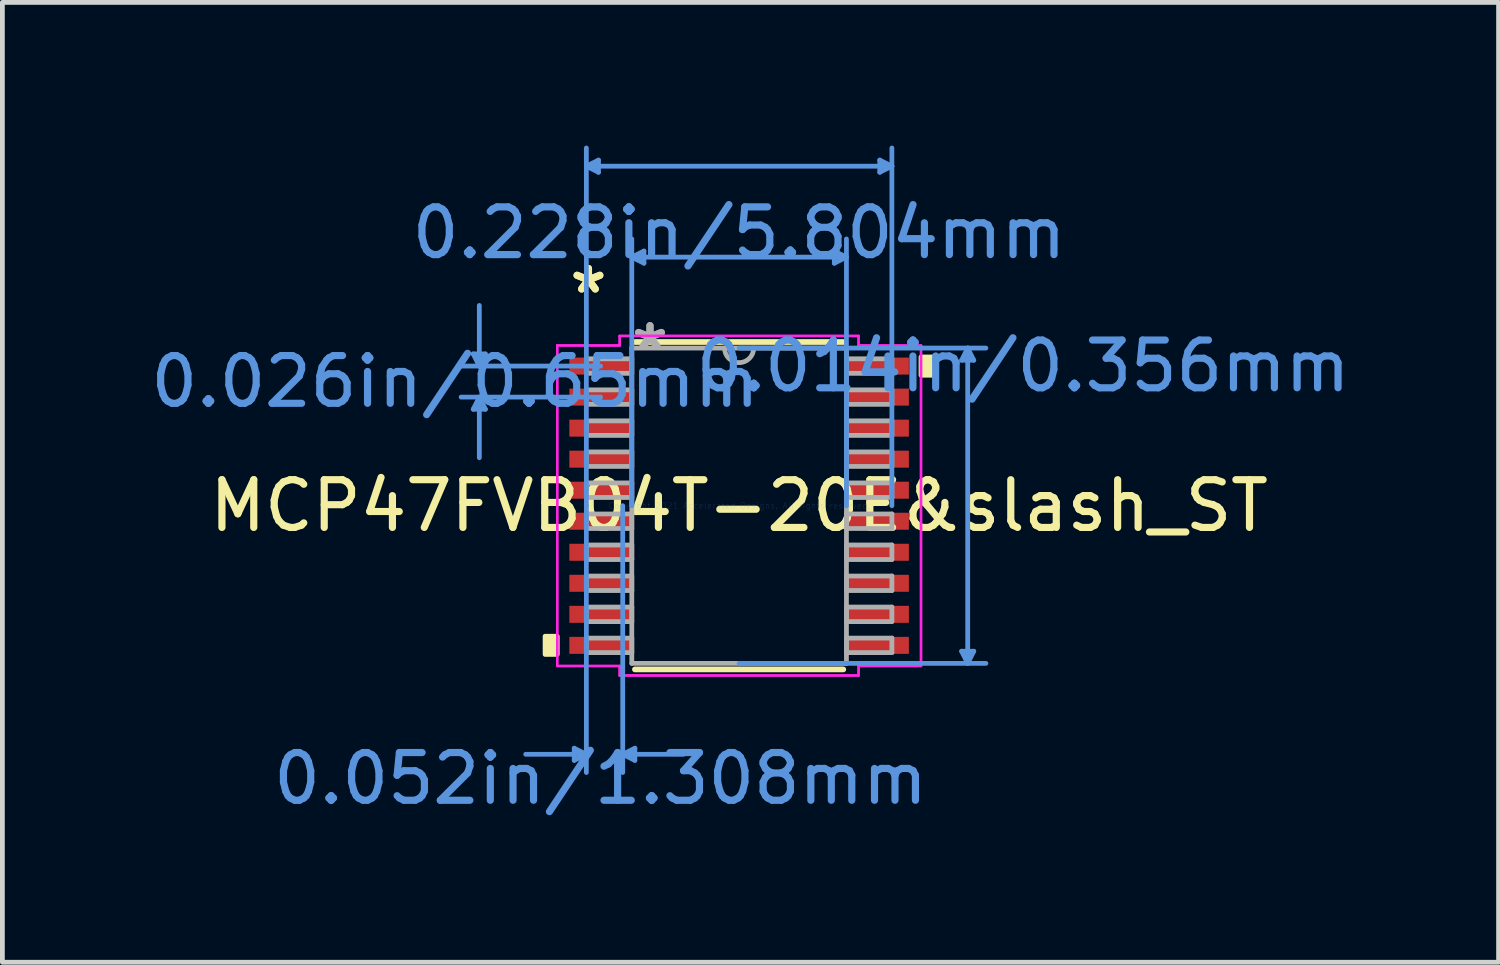
<source format=kicad_pcb>
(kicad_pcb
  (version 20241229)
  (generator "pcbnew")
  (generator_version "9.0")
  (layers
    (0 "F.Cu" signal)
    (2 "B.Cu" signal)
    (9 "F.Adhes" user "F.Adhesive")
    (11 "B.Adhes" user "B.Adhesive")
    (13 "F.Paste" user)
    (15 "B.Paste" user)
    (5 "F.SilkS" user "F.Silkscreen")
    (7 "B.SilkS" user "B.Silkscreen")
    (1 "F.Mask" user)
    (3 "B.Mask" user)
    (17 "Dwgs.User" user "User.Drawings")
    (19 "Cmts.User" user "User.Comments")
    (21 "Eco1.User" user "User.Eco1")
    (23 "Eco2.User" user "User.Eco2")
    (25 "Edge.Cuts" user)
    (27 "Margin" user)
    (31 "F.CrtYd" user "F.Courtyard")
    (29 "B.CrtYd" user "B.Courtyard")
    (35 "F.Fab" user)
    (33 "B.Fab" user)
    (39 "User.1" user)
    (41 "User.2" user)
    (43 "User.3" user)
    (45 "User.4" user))
  (footprint "MCP47FVB04T-20E&slash_ST"
    (layer "F.Cu")
    (at 12.432 7.543)
    (property "Reference" "MCP47FVB04T-20E&slash_ST" (at 0 0 0) (layer "F.SilkS") (effects (font (size 1 1) (thickness 0.15))))
    (attr through_hole)
    (fp_line (start -2.182 3.429) (end 2.182 3.429) (stroke (width 0.12) (type solid)) (layer "F.SilkS"))
    (fp_line (start 2.182 -3.429) (end -2.182 -3.429) (stroke (width 0.12) (type solid)) (layer "F.SilkS"))
    (fp_poly (pts (xy -4.064 2.734) (xy -4.064 3.115) (xy -3.81 3.115) (xy -3.81 2.734)) (stroke (width 0.1) (type solid)) (fill yes) (layer "F.SilkS"))
    (fp_poly (pts (xy 4.064 -3.115) (xy 4.064 -2.734) (xy 3.81 -2.734) (xy 3.81 -3.115)) (stroke (width 0.1) (type solid)) (fill yes) (layer "F.SilkS"))
    (fp_line (start -5.569 -3.179) (end -5.315 -3.179) (stroke (width 0.1) (type solid)) (layer "Cmts.User"))
    (fp_line (start -5.569 -2.021) (end -5.315 -2.021) (stroke (width 0.1) (type solid)) (layer "Cmts.User"))
    (fp_line (start -5.442 -2.925) (end -5.569 -3.179) (stroke (width 0.1) (type solid)) (layer "Cmts.User"))
    (fp_line (start -5.442 -2.925) (end -5.442 -4.195) (stroke (width 0.1) (type solid)) (layer "Cmts.User"))
    (fp_line (start -5.442 -2.925) (end -5.315 -3.179) (stroke (width 0.1) (type solid)) (layer "Cmts.User"))
    (fp_line (start -5.442 -2.275) (end -5.569 -2.021) (stroke (width 0.1) (type solid)) (layer "Cmts.User"))
    (fp_line (start -5.442 -2.275) (end -5.442 -1.005) (stroke (width 0.1) (type solid)) (layer "Cmts.User"))
    (fp_line (start -5.442 -2.275) (end -5.315 -2.021) (stroke (width 0.1) (type solid)) (layer "Cmts.User"))
    (fp_line (start -3.454 5.08) (end -3.454 5.334) (stroke (width 0.1) (type solid)) (layer "Cmts.User"))
    (fp_line (start -3.2 -7.112) (end -2.946 -7.239) (stroke (width 0.1) (type solid)) (layer "Cmts.User"))
    (fp_line (start -3.2 -7.112) (end -2.946 -6.985) (stroke (width 0.1) (type solid)) (layer "Cmts.User"))
    (fp_line (start -3.2 -7.112) (end 3.2 -7.112) (stroke (width 0.1) (type solid)) (layer "Cmts.User"))
    (fp_line (start -3.2 0) (end -3.2 -7.493) (stroke (width 0.1) (type solid)) (layer "Cmts.User"))
    (fp_line (start -3.2 0) (end -3.2 5.588) (stroke (width 0.1) (type solid)) (layer "Cmts.User"))
    (fp_line (start -3.2 5.207) (end -4.47 5.207) (stroke (width 0.1) (type solid)) (layer "Cmts.User"))
    (fp_line (start -3.2 5.207) (end -3.454 5.08) (stroke (width 0.1) (type solid)) (layer "Cmts.User"))
    (fp_line (start -3.2 5.207) (end -3.454 5.334) (stroke (width 0.1) (type solid)) (layer "Cmts.User"))
    (fp_line (start -2.946 -7.239) (end -2.946 -6.985) (stroke (width 0.1) (type solid)) (layer "Cmts.User"))
    (fp_line (start -2.902 -2.925) (end -5.823 -2.925) (stroke (width 0.1) (type solid)) (layer "Cmts.User"))
    (fp_line (start -2.902 -2.275) (end -5.823 -2.275) (stroke (width 0.1) (type solid)) (layer "Cmts.User"))
    (fp_line (start -2.438 0) (end -2.438 5.588) (stroke (width 0.1) (type solid)) (layer "Cmts.User"))
    (fp_line (start -2.438 5.207) (end -2.184 5.08) (stroke (width 0.1) (type solid)) (layer "Cmts.User"))
    (fp_line (start -2.438 5.207) (end -2.184 5.334) (stroke (width 0.1) (type solid)) (layer "Cmts.User"))
    (fp_line (start -2.438 5.207) (end -1.168 5.207) (stroke (width 0.1) (type solid)) (layer "Cmts.User"))
    (fp_line (start -2.248 -5.207) (end -1.994 -5.334) (stroke (width 0.1) (type solid)) (layer "Cmts.User"))
    (fp_line (start -2.248 -5.207) (end -1.994 -5.08) (stroke (width 0.1) (type solid)) (layer "Cmts.User"))
    (fp_line (start -2.248 -5.207) (end 2.248 -5.207) (stroke (width 0.1) (type solid)) (layer "Cmts.User"))
    (fp_line (start -2.248 0) (end -2.248 -5.588) (stroke (width 0.1) (type solid)) (layer "Cmts.User"))
    (fp_line (start -2.184 5.08) (end -2.184 5.334) (stroke (width 0.1) (type solid)) (layer "Cmts.User"))
    (fp_line (start -1.994 -5.334) (end -1.994 -5.08) (stroke (width 0.1) (type solid)) (layer "Cmts.User"))
    (fp_line (start 0 -3.302) (end 5.169 -3.302) (stroke (width 0.1) (type solid)) (layer "Cmts.User"))
    (fp_line (start 0 3.302) (end 5.169 3.302) (stroke (width 0.1) (type solid)) (layer "Cmts.User"))
    (fp_line (start 1.994 -5.334) (end 1.994 -5.08) (stroke (width 0.1) (type solid)) (layer "Cmts.User"))
    (fp_line (start 2.248 -5.207) (end 1.994 -5.334) (stroke (width 0.1) (type solid)) (layer "Cmts.User"))
    (fp_line (start 2.248 -5.207) (end 1.994 -5.08) (stroke (width 0.1) (type solid)) (layer "Cmts.User"))
    (fp_line (start 2.248 0) (end 2.248 -5.588) (stroke (width 0.1) (type solid)) (layer "Cmts.User"))
    (fp_line (start 2.946 -7.239) (end 2.946 -6.985) (stroke (width 0.1) (type solid)) (layer "Cmts.User"))
    (fp_line (start 3.2 -7.112) (end 2.946 -7.239) (stroke (width 0.1) (type solid)) (layer "Cmts.User"))
    (fp_line (start 3.2 -7.112) (end 2.946 -6.985) (stroke (width 0.1) (type solid)) (layer "Cmts.User"))
    (fp_line (start 3.2 0) (end 3.2 -7.493) (stroke (width 0.1) (type solid)) (layer "Cmts.User"))
    (fp_line (start 4.661 -3.048) (end 4.915 -3.048) (stroke (width 0.1) (type solid)) (layer "Cmts.User"))
    (fp_line (start 4.661 3.048) (end 4.915 3.048) (stroke (width 0.1) (type solid)) (layer "Cmts.User"))
    (fp_line (start 4.788 -3.302) (end 4.661 -3.048) (stroke (width 0.1) (type solid)) (layer "Cmts.User"))
    (fp_line (start 4.788 -3.302) (end 4.788 3.302) (stroke (width 0.1) (type solid)) (layer "Cmts.User"))
    (fp_line (start 4.788 -3.302) (end 4.915 -3.048) (stroke (width 0.1) (type solid)) (layer "Cmts.User"))
    (fp_line (start 4.788 3.302) (end 4.661 3.048) (stroke (width 0.1) (type solid)) (layer "Cmts.User"))
    (fp_line (start 4.788 3.302) (end 4.915 3.048) (stroke (width 0.1) (type solid)) (layer "Cmts.User"))
    (fp_line (start -3.81 -3.357) (end -2.502 -3.357) (stroke (width 0.05) (type solid)) (layer "F.CrtYd"))
    (fp_line (start -3.81 -3.357) (end -2.502 -3.357) (stroke (width 0.05) (type solid)) (layer "F.CrtYd"))
    (fp_line (start -3.81 3.357) (end -3.81 -3.357) (stroke (width 0.05) (type solid)) (layer "F.CrtYd"))
    (fp_line (start -3.81 3.357) (end -3.81 -3.357) (stroke (width 0.05) (type solid)) (layer "F.CrtYd"))
    (fp_line (start -3.81 3.357) (end -2.502 3.357) (stroke (width 0.05) (type solid)) (layer "F.CrtYd"))
    (fp_line (start -2.502 -3.556) (end 2.502 -3.556) (stroke (width 0.05) (type solid)) (layer "F.CrtYd"))
    (fp_line (start -2.502 -3.556) (end 2.502 -3.556) (stroke (width 0.05) (type solid)) (layer "F.CrtYd"))
    (fp_line (start -2.502 -3.357) (end -2.502 -3.556) (stroke (width 0.05) (type solid)) (layer "F.CrtYd"))
    (fp_line (start -2.502 -3.357) (end -2.502 -3.556) (stroke (width 0.05) (type solid)) (layer "F.CrtYd"))
    (fp_line (start -2.502 3.357) (end -3.81 3.357) (stroke (width 0.05) (type solid)) (layer "F.CrtYd"))
    (fp_line (start -2.502 3.556) (end -2.502 3.357) (stroke (width 0.05) (type solid)) (layer "F.CrtYd"))
    (fp_line (start -2.502 3.556) (end -2.502 3.357) (stroke (width 0.05) (type solid)) (layer "F.CrtYd"))
    (fp_line (start 2.502 -3.556) (end 2.502 -3.357) (stroke (width 0.05) (type solid)) (layer "F.CrtYd"))
    (fp_line (start 2.502 -3.556) (end 2.502 -3.357) (stroke (width 0.05) (type solid)) (layer "F.CrtYd"))
    (fp_line (start 2.502 -3.357) (end 3.81 -3.357) (stroke (width 0.05) (type solid)) (layer "F.CrtYd"))
    (fp_line (start 2.502 3.357) (end 2.502 3.556) (stroke (width 0.05) (type solid)) (layer "F.CrtYd"))
    (fp_line (start 2.502 3.357) (end 2.502 3.556) (stroke (width 0.05) (type solid)) (layer "F.CrtYd"))
    (fp_line (start 2.502 3.556) (end -2.502 3.556) (stroke (width 0.05) (type solid)) (layer "F.CrtYd"))
    (fp_line (start 2.502 3.556) (end -2.502 3.556) (stroke (width 0.05) (type solid)) (layer "F.CrtYd"))
    (fp_line (start 3.81 -3.357) (end 2.502 -3.357) (stroke (width 0.05) (type solid)) (layer "F.CrtYd"))
    (fp_line (start 3.81 -3.357) (end 3.81 3.357) (stroke (width 0.05) (type solid)) (layer "F.CrtYd"))
    (fp_line (start 3.81 -3.357) (end 3.81 3.357) (stroke (width 0.05) (type solid)) (layer "F.CrtYd"))
    (fp_line (start 3.81 3.357) (end 2.502 3.357) (stroke (width 0.05) (type solid)) (layer "F.CrtYd"))
    (fp_line (start 3.81 3.357) (end 2.502 3.357) (stroke (width 0.05) (type solid)) (layer "F.CrtYd"))
    (fp_line (start -3.2 -3.077) (end -3.2 -2.773) (stroke (width 0.1) (type solid)) (layer "F.Fab"))
    (fp_line (start -3.2 -2.773) (end -2.248 -2.773) (stroke (width 0.1) (type solid)) (layer "F.Fab"))
    (fp_line (start -3.2 -2.427) (end -3.2 -2.123) (stroke (width 0.1) (type solid)) (layer "F.Fab"))
    (fp_line (start -3.2 -2.123) (end -2.248 -2.123) (stroke (width 0.1) (type solid)) (layer "F.Fab"))
    (fp_line (start -3.2 -1.777) (end -3.2 -1.473) (stroke (width 0.1) (type solid)) (layer "F.Fab"))
    (fp_line (start -3.2 -1.473) (end -2.248 -1.473) (stroke (width 0.1) (type solid)) (layer "F.Fab"))
    (fp_line (start -3.2 -1.127) (end -3.2 -0.823) (stroke (width 0.1) (type solid)) (layer "F.Fab"))
    (fp_line (start -3.2 -0.823) (end -2.248 -0.823) (stroke (width 0.1) (type solid)) (layer "F.Fab"))
    (fp_line (start -3.2 -0.477) (end -3.2 -0.173) (stroke (width 0.1) (type solid)) (layer "F.Fab"))
    (fp_line (start -3.2 -0.173) (end -2.248 -0.173) (stroke (width 0.1) (type solid)) (layer "F.Fab"))
    (fp_line (start -3.2 0.173) (end -3.2 0.477) (stroke (width 0.1) (type solid)) (layer "F.Fab"))
    (fp_line (start -3.2 0.477) (end -2.248 0.477) (stroke (width 0.1) (type solid)) (layer "F.Fab"))
    (fp_line (start -3.2 0.823) (end -3.2 1.127) (stroke (width 0.1) (type solid)) (layer "F.Fab"))
    (fp_line (start -3.2 1.127) (end -2.248 1.127) (stroke (width 0.1) (type solid)) (layer "F.Fab"))
    (fp_line (start -3.2 1.473) (end -3.2 1.777) (stroke (width 0.1) (type solid)) (layer "F.Fab"))
    (fp_line (start -3.2 1.777) (end -2.248 1.777) (stroke (width 0.1) (type solid)) (layer "F.Fab"))
    (fp_line (start -3.2 2.123) (end -3.2 2.427) (stroke (width 0.1) (type solid)) (layer "F.Fab"))
    (fp_line (start -3.2 2.427) (end -2.248 2.427) (stroke (width 0.1) (type solid)) (layer "F.Fab"))
    (fp_line (start -3.2 2.773) (end -3.2 3.077) (stroke (width 0.1) (type solid)) (layer "F.Fab"))
    (fp_line (start -3.2 3.077) (end -2.248 3.077) (stroke (width 0.1) (type solid)) (layer "F.Fab"))
    (fp_line (start -2.248 -3.302) (end -2.248 3.302) (stroke (width 0.1) (type solid)) (layer "F.Fab"))
    (fp_line (start -2.248 -3.077) (end -3.2 -3.077) (stroke (width 0.1) (type solid)) (layer "F.Fab"))
    (fp_line (start -2.248 -2.773) (end -2.248 -3.077) (stroke (width 0.1) (type solid)) (layer "F.Fab"))
    (fp_line (start -2.248 -2.427) (end -3.2 -2.427) (stroke (width 0.1) (type solid)) (layer "F.Fab"))
    (fp_line (start -2.248 -2.123) (end -2.248 -2.427) (stroke (width 0.1) (type solid)) (layer "F.Fab"))
    (fp_line (start -2.248 -1.777) (end -3.2 -1.777) (stroke (width 0.1) (type solid)) (layer "F.Fab"))
    (fp_line (start -2.248 -1.473) (end -2.248 -1.777) (stroke (width 0.1) (type solid)) (layer "F.Fab"))
    (fp_line (start -2.248 -1.127) (end -3.2 -1.127) (stroke (width 0.1) (type solid)) (layer "F.Fab"))
    (fp_line (start -2.248 -0.823) (end -2.248 -1.127) (stroke (width 0.1) (type solid)) (layer "F.Fab"))
    (fp_line (start -2.248 -0.477) (end -3.2 -0.477) (stroke (width 0.1) (type solid)) (layer "F.Fab"))
    (fp_line (start -2.248 -0.173) (end -2.248 -0.477) (stroke (width 0.1) (type solid)) (layer "F.Fab"))
    (fp_line (start -2.248 0.173) (end -3.2 0.173) (stroke (width 0.1) (type solid)) (layer "F.Fab"))
    (fp_line (start -2.248 0.477) (end -2.248 0.173) (stroke (width 0.1) (type solid)) (layer "F.Fab"))
    (fp_line (start -2.248 0.823) (end -3.2 0.823) (stroke (width 0.1) (type solid)) (layer "F.Fab"))
    (fp_line (start -2.248 1.127) (end -2.248 0.823) (stroke (width 0.1) (type solid)) (layer "F.Fab"))
    (fp_line (start -2.248 1.473) (end -3.2 1.473) (stroke (width 0.1) (type solid)) (layer "F.Fab"))
    (fp_line (start -2.248 1.777) (end -2.248 1.473) (stroke (width 0.1) (type solid)) (layer "F.Fab"))
    (fp_line (start -2.248 2.123) (end -3.2 2.123) (stroke (width 0.1) (type solid)) (layer "F.Fab"))
    (fp_line (start -2.248 2.427) (end -2.248 2.123) (stroke (width 0.1) (type solid)) (layer "F.Fab"))
    (fp_line (start -2.248 2.773) (end -3.2 2.773) (stroke (width 0.1) (type solid)) (layer "F.Fab"))
    (fp_line (start -2.248 3.077) (end -2.248 2.773) (stroke (width 0.1) (type solid)) (layer "F.Fab"))
    (fp_line (start -2.248 3.302) (end 2.248 3.302) (stroke (width 0.1) (type solid)) (layer "F.Fab"))
    (fp_line (start 2.248 -3.302) (end -2.248 -3.302) (stroke (width 0.1) (type solid)) (layer "F.Fab"))
    (fp_line (start 2.248 -3.077) (end 2.248 -2.773) (stroke (width 0.1) (type solid)) (layer "F.Fab"))
    (fp_line (start 2.248 -2.773) (end 3.2 -2.773) (stroke (width 0.1) (type solid)) (layer "F.Fab"))
    (fp_line (start 2.248 -2.427) (end 2.248 -2.123) (stroke (width 0.1) (type solid)) (layer "F.Fab"))
    (fp_line (start 2.248 -2.123) (end 3.2 -2.123) (stroke (width 0.1) (type solid)) (layer "F.Fab"))
    (fp_line (start 2.248 -1.777) (end 2.248 -1.473) (stroke (width 0.1) (type solid)) (layer "F.Fab"))
    (fp_line (start 2.248 -1.473) (end 3.2 -1.473) (stroke (width 0.1) (type solid)) (layer "F.Fab"))
    (fp_line (start 2.248 -1.127) (end 2.248 -0.823) (stroke (width 0.1) (type solid)) (layer "F.Fab"))
    (fp_line (start 2.248 -0.823) (end 3.2 -0.823) (stroke (width 0.1) (type solid)) (layer "F.Fab"))
    (fp_line (start 2.248 -0.477) (end 2.248 -0.173) (stroke (width 0.1) (type solid)) (layer "F.Fab"))
    (fp_line (start 2.248 -0.173) (end 3.2 -0.173) (stroke (width 0.1) (type solid)) (layer "F.Fab"))
    (fp_line (start 2.248 0.173) (end 2.248 0.477) (stroke (width 0.1) (type solid)) (layer "F.Fab"))
    (fp_line (start 2.248 0.477) (end 3.2 0.477) (stroke (width 0.1) (type solid)) (layer "F.Fab"))
    (fp_line (start 2.248 0.823) (end 2.248 1.127) (stroke (width 0.1) (type solid)) (layer "F.Fab"))
    (fp_line (start 2.248 1.127) (end 3.2 1.127) (stroke (width 0.1) (type solid)) (layer "F.Fab"))
    (fp_line (start 2.248 1.473) (end 2.248 1.777) (stroke (width 0.1) (type solid)) (layer "F.Fab"))
    (fp_line (start 2.248 1.777) (end 3.2 1.777) (stroke (width 0.1) (type solid)) (layer "F.Fab"))
    (fp_line (start 2.248 2.123) (end 2.248 2.427) (stroke (width 0.1) (type solid)) (layer "F.Fab"))
    (fp_line (start 2.248 2.427) (end 3.2 2.427) (stroke (width 0.1) (type solid)) (layer "F.Fab"))
    (fp_line (start 2.248 2.773) (end 2.248 3.077) (stroke (width 0.1) (type solid)) (layer "F.Fab"))
    (fp_line (start 2.248 3.077) (end 3.2 3.077) (stroke (width 0.1) (type solid)) (layer "F.Fab"))
    (fp_line (start 2.248 3.302) (end 2.248 -3.302) (stroke (width 0.1) (type solid)) (layer "F.Fab"))
    (fp_line (start 3.2 -3.077) (end 2.248 -3.077) (stroke (width 0.1) (type solid)) (layer "F.Fab"))
    (fp_line (start 3.2 -2.773) (end 3.2 -3.077) (stroke (width 0.1) (type solid)) (layer "F.Fab"))
    (fp_line (start 3.2 -2.427) (end 2.248 -2.427) (stroke (width 0.1) (type solid)) (layer "F.Fab"))
    (fp_line (start 3.2 -2.123) (end 3.2 -2.427) (stroke (width 0.1) (type solid)) (layer "F.Fab"))
    (fp_line (start 3.2 -1.777) (end 2.248 -1.777) (stroke (width 0.1) (type solid)) (layer "F.Fab"))
    (fp_line (start 3.2 -1.473) (end 3.2 -1.777) (stroke (width 0.1) (type solid)) (layer "F.Fab"))
    (fp_line (start 3.2 -1.127) (end 2.248 -1.127) (stroke (width 0.1) (type solid)) (layer "F.Fab"))
    (fp_line (start 3.2 -0.823) (end 3.2 -1.127) (stroke (width 0.1) (type solid)) (layer "F.Fab"))
    (fp_line (start 3.2 -0.477) (end 2.248 -0.477) (stroke (width 0.1) (type solid)) (layer "F.Fab"))
    (fp_line (start 3.2 -0.173) (end 3.2 -0.477) (stroke (width 0.1) (type solid)) (layer "F.Fab"))
    (fp_line (start 3.2 0.173) (end 2.248 0.173) (stroke (width 0.1) (type solid)) (layer "F.Fab"))
    (fp_line (start 3.2 0.477) (end 3.2 0.173) (stroke (width 0.1) (type solid)) (layer "F.Fab"))
    (fp_line (start 3.2 0.823) (end 2.248 0.823) (stroke (width 0.1) (type solid)) (layer "F.Fab"))
    (fp_line (start 3.2 1.127) (end 3.2 0.823) (stroke (width 0.1) (type solid)) (layer "F.Fab"))
    (fp_line (start 3.2 1.473) (end 2.248 1.473) (stroke (width 0.1) (type solid)) (layer "F.Fab"))
    (fp_line (start 3.2 1.777) (end 3.2 1.473) (stroke (width 0.1) (type solid)) (layer "F.Fab"))
    (fp_line (start 3.2 2.123) (end 2.248 2.123) (stroke (width 0.1) (type solid)) (layer "F.Fab"))
    (fp_line (start 3.2 2.427) (end 3.2 2.123) (stroke (width 0.1) (type solid)) (layer "F.Fab"))
    (fp_line (start 3.2 2.773) (end 2.248 2.773) (stroke (width 0.1) (type solid)) (layer "F.Fab"))
    (fp_line (start 3.2 3.077) (end 3.2 2.773) (stroke (width 0.1) (type solid)) (layer "F.Fab"))
    (fp_arc (start 0.3048 -3.302) (mid 0 -2.9972) (end -0.3048 -3.302) (stroke (width 0.1) (type solid)) (layer "F.Fab"))
    (fp_text user "*" (at -3.156 -4.424 0) (layer "F.SilkS") (effects (font (size 1 1) (thickness 0.15))))
    (fp_text user "*" (at -3.156 -4.424 0) (layer "F.SilkS") (effects (font (size 1 1) (thickness 0.15))))
    (fp_text user "0.052in/1.308mm" (at -2.902 5.715 0) (layer "Cmts.User") (effects (font (size 1 1) (thickness 0.15))))
    (fp_text user "0.026in/0.65mm" (at -5.95 -2.6 0) (layer "Cmts.User") (effects (font (size 1 1) (thickness 0.15))))
    (fp_text user "Copyright 2021 Accelerated Designs. All rights reserved." (at 0 0 0) (layer "Cmts.User") (effects (font (size 0.127 0.127) (thickness 0.002))))
    (fp_text user "0.014in/0.356mm" (at 5.95 -2.925 0) (layer "Cmts.User") (effects (font (size 1 1) (thickness 0.15))))
    (fp_text user "0.228in/5.804mm" (at 0 -5.715 0) (layer "Cmts.User") (effects (font (size 1 1) (thickness 0.15))))
    (fp_text user "*" (at -1.867 -3.226 0) (layer "F.Fab") (effects (font (size 1 1) (thickness 0.15))))
    (fp_text user "*" (at -1.867 -3.226 0) (layer "F.Fab") (effects (font (size 1 1) (thickness 0.15))))
    (pad "1" smd rect (at -2.902 -2.925) (size 1.308 0.356) (layers "F.Cu" "F.Mask" "F.Paste"))
    (pad "2" smd rect (at -2.902 -2.275) (size 1.308 0.356) (layers "F.Cu" "F.Mask" "F.Paste"))
    (pad "3" smd rect (at -2.902 -1.625) (size 1.308 0.356) (layers "F.Cu" "F.Mask" "F.Paste"))
    (pad "4" smd rect (at -2.902 -0.975) (size 1.308 0.356) (layers "F.Cu" "F.Mask" "F.Paste"))
    (pad "5" smd rect (at -2.902 -0.325) (size 1.308 0.356) (layers "F.Cu" "F.Mask" "F.Paste"))
    (pad "6" smd rect (at -2.902 0.325) (size 1.308 0.356) (layers "F.Cu" "F.Mask" "F.Paste"))
    (pad "7" smd rect (at -2.902 0.975) (size 1.308 0.356) (layers "F.Cu" "F.Mask" "F.Paste"))
    (pad "8" smd rect (at -2.902 1.625) (size 1.308 0.356) (layers "F.Cu" "F.Mask" "F.Paste"))
    (pad "9" smd rect (at -2.902 2.275) (size 1.308 0.356) (layers "F.Cu" "F.Mask" "F.Paste"))
    (pad "10" smd rect (at -2.902 2.925) (size 1.308 0.356) (layers "F.Cu" "F.Mask" "F.Paste"))
    (pad "11" smd rect (at 2.902 2.925) (size 1.308 0.356) (layers "F.Cu" "F.Mask" "F.Paste"))
    (pad "12" smd rect (at 2.902 2.275) (size 1.308 0.356) (layers "F.Cu" "F.Mask" "F.Paste"))
    (pad "13" smd rect (at 2.902 1.625) (size 1.308 0.356) (layers "F.Cu" "F.Mask" "F.Paste"))
    (pad "14" smd rect (at 2.902 0.975) (size 1.308 0.356) (layers "F.Cu" "F.Mask" "F.Paste"))
    (pad "15" smd rect (at 2.902 0.325) (size 1.308 0.356) (layers "F.Cu" "F.Mask" "F.Paste"))
    (pad "16" smd rect (at 2.902 -0.325) (size 1.308 0.356) (layers "F.Cu" "F.Mask" "F.Paste"))
    (pad "17" smd rect (at 2.902 -0.975) (size 1.308 0.356) (layers "F.Cu" "F.Mask" "F.Paste"))
    (pad "18" smd rect (at 2.902 -1.625) (size 1.308 0.356) (layers "F.Cu" "F.Mask" "F.Paste"))
    (pad "19" smd rect (at 2.902 -2.275) (size 1.308 0.356) (layers "F.Cu" "F.Mask" "F.Paste"))
    (pad "20" smd rect (at 2.902 -2.925) (size 1.308 0.356) (layers "F.Cu" "F.Mask" "F.Paste")))
  (gr_rect
    (start -3 -3)
    (end 28.34 17.106)
    (stroke (width 0.1) (type default))
    (fill no)
    (layer "Edge.Cuts")))
</source>
